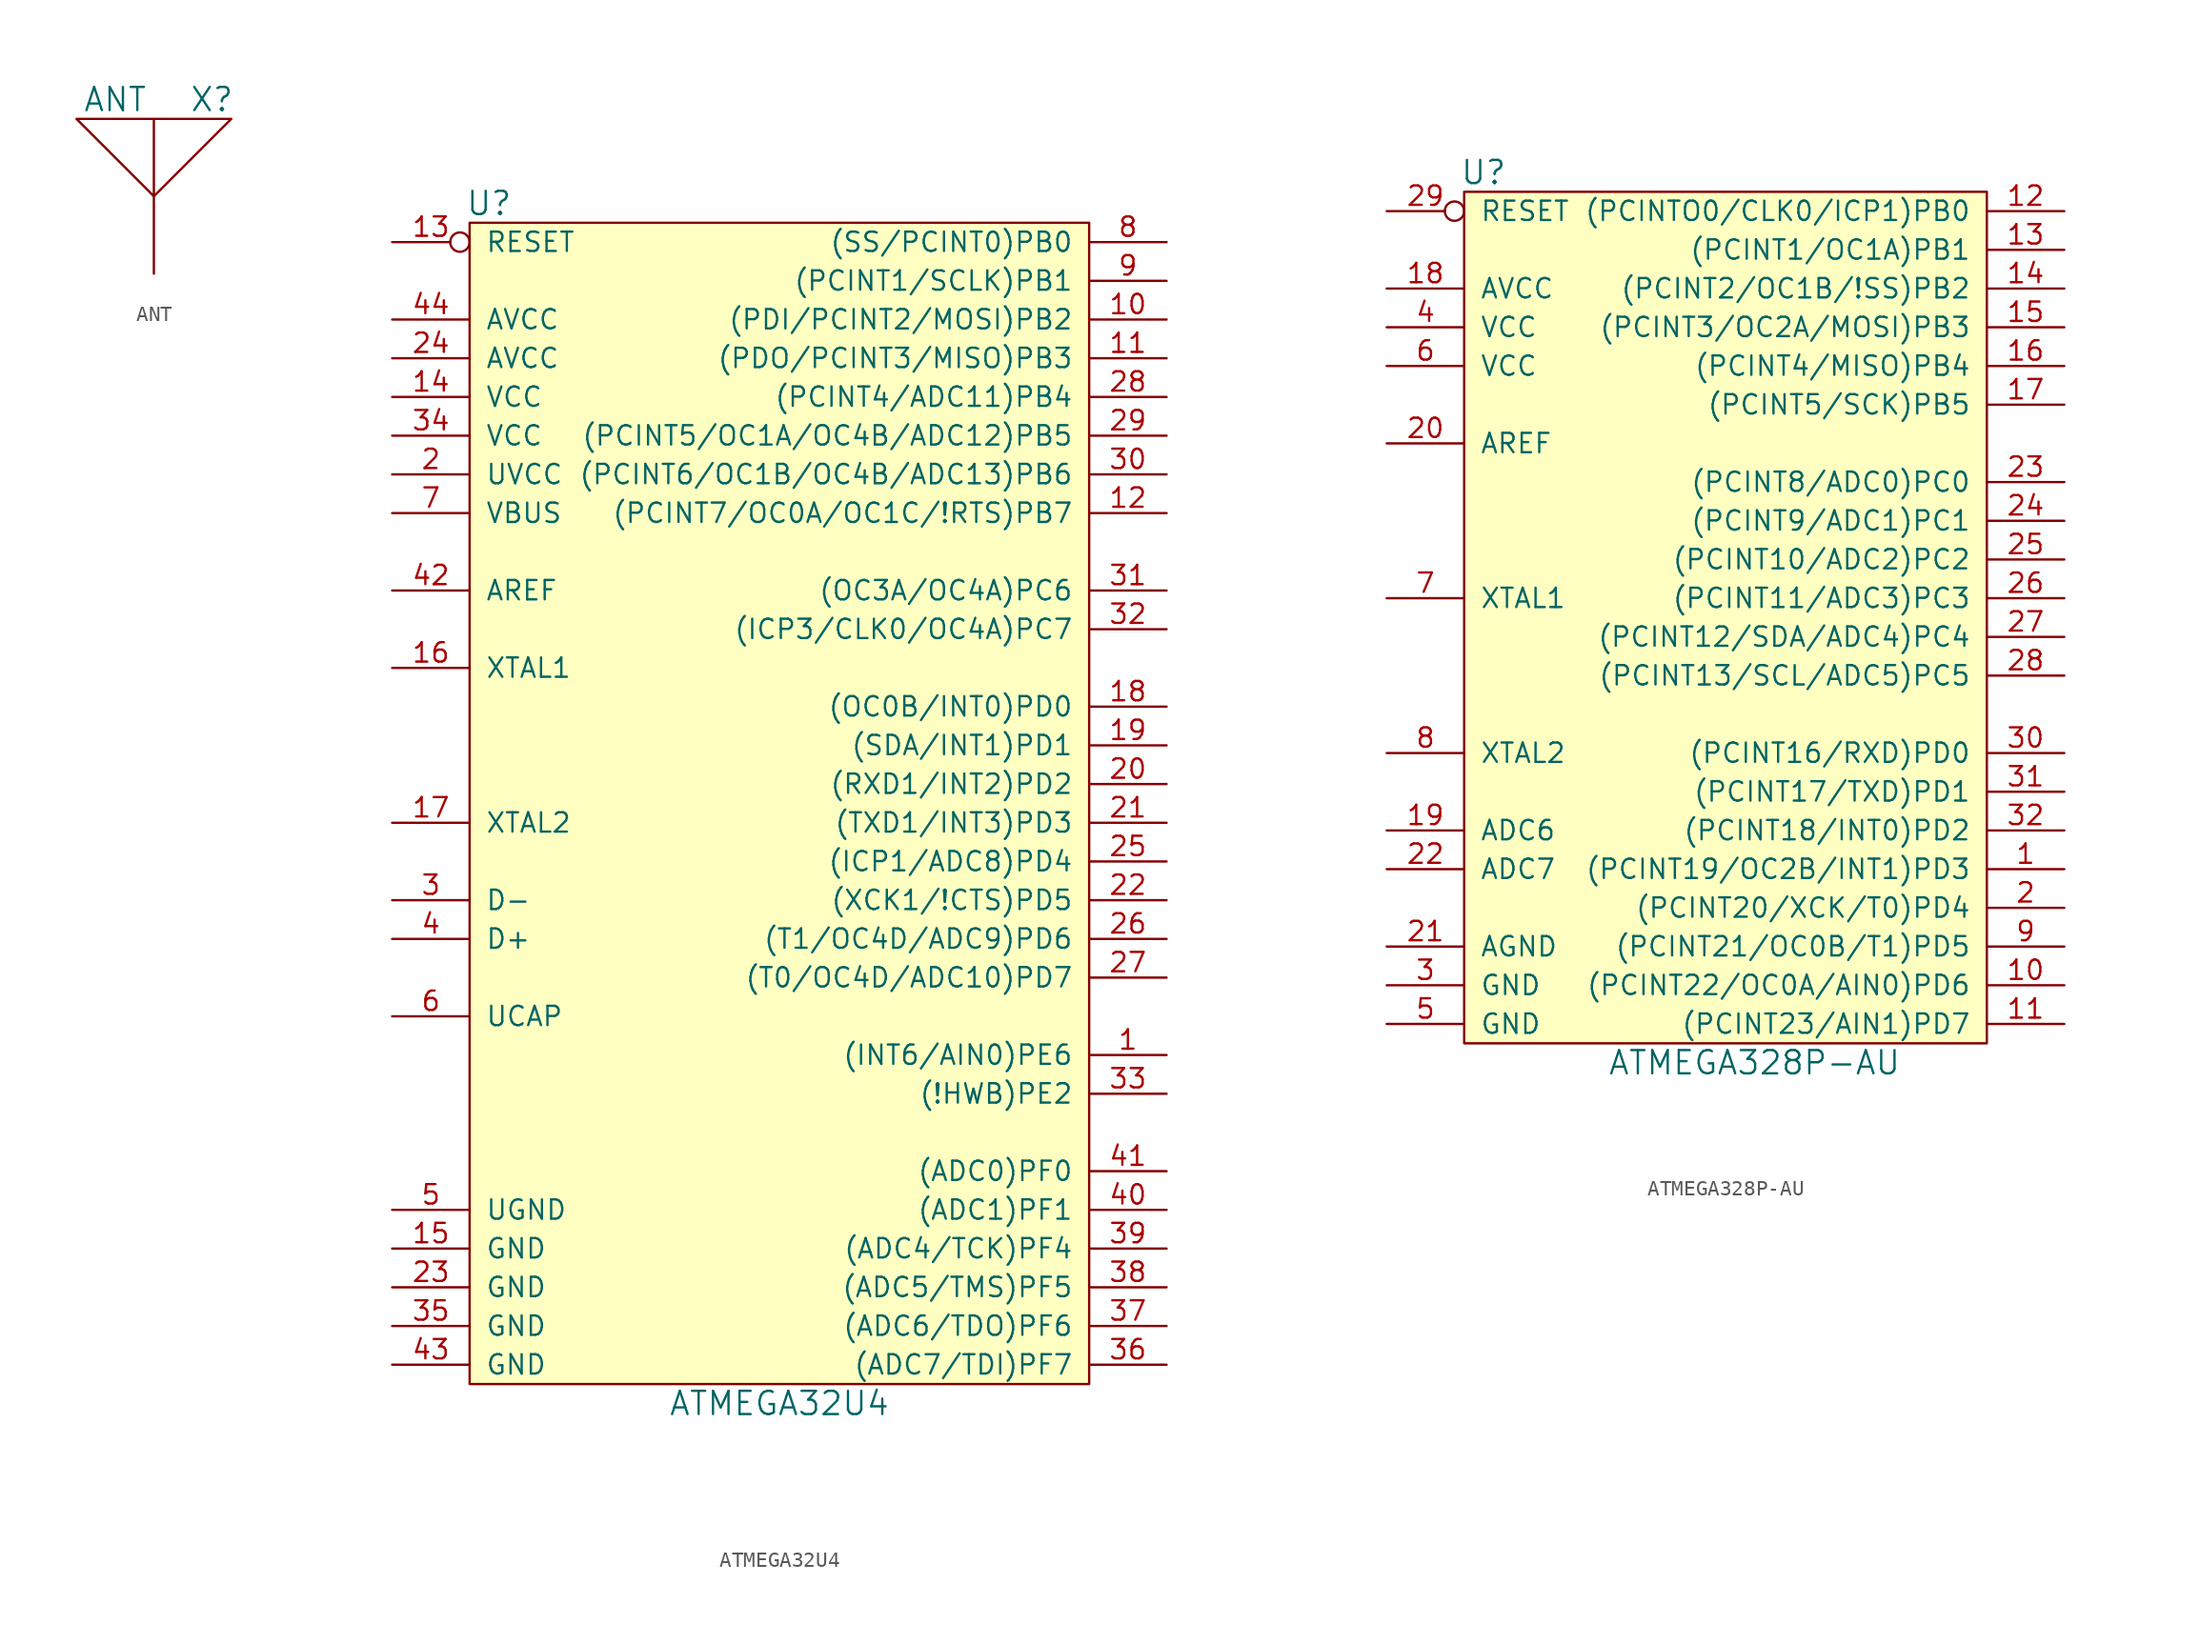
<source format=kicad_sym>
(kicad_symbol_lib
  (version 20211014)
  (generator kicad_symbol_editor)
  (symbol "ANT"
    (pin_numbers hide)
    (pin_names
      (offset 0) hide)
    (property "Reference" "X"
      (at 3.81 6.35 0)
      (effects (font (size 1.524 1.524))))
    (property "Value" "ANT"
      (at -2.54 6.35 0)
      (effects (font (size 1.524 1.524))))
    (property "Footprint" ""
      (at 0 0 0)
      (effects (font (size 1.524 1.524))))
    (property "Datasheet" ""
      (at 0 0 0)
      (effects (font (size 1.524 1.524))))
    (symbol "ANT_0_1"
      (polyline (pts (xy 0 0) (xy -5.08 5.08) (xy 5.08 5.08) (xy 0 0) (xy 0 5.08)) (stroke (width 0) (type default) (color 0 0 0 0)) (fill (type none))))
    (symbol "ANT_1_1"
      (pin input line (at 0 -5.08 90) (length 5.08) (name "1" (effects (font (size 1.27 1.27)))) (number "1" (effects (font (size 1.27 1.27)))))))
  (symbol "ATMEGA32U4"
    (pin_names
      (offset 1.016))
    (property "Reference" "U"
      (at -19.05 26.67 0)
      (effects (font (size 1.524 1.524))))
    (property "Value" "ATMEGA32U4"
      (at 0 -52.07 0)
      (effects (font (size 1.524 1.524))))
    (symbol "ATMEGA32U4_0_1"
      (rectangle (start -20.32 25.4) (end 20.32 -50.8) (stroke (width 0) (type default) (color 0 0 0 0)) (fill (type background))))
    (symbol "ATMEGA32U4_1_1"
      (pin bidirectional line (at 25.4 -29.21 180) (length 5.08) (name "(INT6/AIN0)PE6" (effects (font (size 1.27 1.27)))) (number "1" (effects (font (size 1.27 1.27)))))
      (pin bidirectional line (at 25.4 19.05 180) (length 5.08) (name "(PDI/PCINT2/MOSI)PB2" (effects (font (size 1.27 1.27)))) (number "10" (effects (font (size 1.27 1.27)))))
      (pin bidirectional line (at 25.4 16.51 180) (length 5.08) (name "(PDO/PCINT3/MISO)PB3" (effects (font (size 1.27 1.27)))) (number "11" (effects (font (size 1.27 1.27)))))
      (pin bidirectional line (at 25.4 6.35 180) (length 5.08) (name "(PCINT7/OC0A/OC1C/!RTS)PB7" (effects (font (size 1.27 1.27)))) (number "12" (effects (font (size 1.27 1.27)))))
      (pin input inverted (at -25.4 24.13 0) (length 5.08) (name "RESET" (effects (font (size 1.27 1.27)))) (number "13" (effects (font (size 1.27 1.27)))))
      (pin power_in line (at -25.4 13.97 0) (length 5.08) (name "VCC" (effects (font (size 1.27 1.27)))) (number "14" (effects (font (size 1.27 1.27)))))
      (pin power_in line (at -25.4 -41.91 0) (length 5.08) (name "GND" (effects (font (size 1.27 1.27)))) (number "15" (effects (font (size 1.27 1.27)))))
      (pin bidirectional line (at -25.4 -3.81 0) (length 5.08) (name "XTAL1" (effects (font (size 1.27 1.27)))) (number "16" (effects (font (size 1.27 1.27)))))
      (pin bidirectional line (at -25.4 -13.97 0) (length 5.08) (name "XTAL2" (effects (font (size 1.27 1.27)))) (number "17" (effects (font (size 1.27 1.27)))))
      (pin bidirectional line (at 25.4 -6.35 180) (length 5.08) (name "(OC0B/INT0)PD0" (effects (font (size 1.27 1.27)))) (number "18" (effects (font (size 1.27 1.27)))))
      (pin bidirectional line (at 25.4 -8.89 180) (length 5.08) (name "(SDA/INT1)PD1" (effects (font (size 1.27 1.27)))) (number "19" (effects (font (size 1.27 1.27)))))
      (pin power_in line (at -25.4 8.89 0) (length 5.08) (name "UVCC" (effects (font (size 1.27 1.27)))) (number "2" (effects (font (size 1.27 1.27)))))
      (pin bidirectional line (at 25.4 -11.43 180) (length 5.08) (name "(RXD1/INT2)PD2" (effects (font (size 1.27 1.27)))) (number "20" (effects (font (size 1.27 1.27)))))
      (pin bidirectional line (at 25.4 -13.97 180) (length 5.08) (name "(TXD1/INT3)PD3" (effects (font (size 1.27 1.27)))) (number "21" (effects (font (size 1.27 1.27)))))
      (pin bidirectional line (at 25.4 -19.05 180) (length 5.08) (name "(XCK1/!CTS)PD5" (effects (font (size 1.27 1.27)))) (number "22" (effects (font (size 1.27 1.27)))))
      (pin power_in line (at -25.4 -44.45 0) (length 5.08) (name "GND" (effects (font (size 1.27 1.27)))) (number "23" (effects (font (size 1.27 1.27)))))
      (pin power_in line (at -25.4 16.51 0) (length 5.08) (name "AVCC" (effects (font (size 1.27 1.27)))) (number "24" (effects (font (size 1.27 1.27)))))
      (pin bidirectional line (at 25.4 -16.51 180) (length 5.08) (name "(ICP1/ADC8)PD4" (effects (font (size 1.27 1.27)))) (number "25" (effects (font (size 1.27 1.27)))))
      (pin bidirectional line (at 25.4 -21.59 180) (length 5.08) (name "(T1/OC4D/ADC9)PD6" (effects (font (size 1.27 1.27)))) (number "26" (effects (font (size 1.27 1.27)))))
      (pin bidirectional line (at 25.4 -24.13 180) (length 5.08) (name "(T0/OC4D/ADC10)PD7" (effects (font (size 1.27 1.27)))) (number "27" (effects (font (size 1.27 1.27)))))
      (pin bidirectional line (at 25.4 13.97 180) (length 5.08) (name "(PCINT4/ADC11)PB4" (effects (font (size 1.27 1.27)))) (number "28" (effects (font (size 1.27 1.27)))))
      (pin bidirectional line (at 25.4 11.43 180) (length 5.08) (name "(PCINT5/OC1A/OC4B/ADC12)PB5" (effects (font (size 1.27 1.27)))) (number "29" (effects (font (size 1.27 1.27)))))
      (pin bidirectional line (at -25.4 -19.05 0) (length 5.08) (name "D-" (effects (font (size 1.27 1.27)))) (number "3" (effects (font (size 1.27 1.27)))))
      (pin bidirectional line (at 25.4 8.89 180) (length 5.08) (name "(PCINT6/OC1B/OC4B/ADC13)PB6" (effects (font (size 1.27 1.27)))) (number "30" (effects (font (size 1.27 1.27)))))
      (pin bidirectional line (at 25.4 1.27 180) (length 5.08) (name "(OC3A/OC4A)PC6" (effects (font (size 1.27 1.27)))) (number "31" (effects (font (size 1.27 1.27)))))
      (pin bidirectional line (at 25.4 -1.27 180) (length 5.08) (name "(ICP3/CLK0/OC4A)PC7" (effects (font (size 1.27 1.27)))) (number "32" (effects (font (size 1.27 1.27)))))
      (pin bidirectional line (at 25.4 -31.75 180) (length 5.08) (name "(!HWB)PE2" (effects (font (size 1.27 1.27)))) (number "33" (effects (font (size 1.27 1.27)))))
      (pin power_in line (at -25.4 11.43 0) (length 5.08) (name "VCC" (effects (font (size 1.27 1.27)))) (number "34" (effects (font (size 1.27 1.27)))))
      (pin power_in line (at -25.4 -46.99 0) (length 5.08) (name "GND" (effects (font (size 1.27 1.27)))) (number "35" (effects (font (size 1.27 1.27)))))
      (pin bidirectional line (at 25.4 -49.53 180) (length 5.08) (name "(ADC7/TDI)PF7" (effects (font (size 1.27 1.27)))) (number "36" (effects (font (size 1.27 1.27)))))
      (pin bidirectional line (at 25.4 -46.99 180) (length 5.08) (name "(ADC6/TDO)PF6" (effects (font (size 1.27 1.27)))) (number "37" (effects (font (size 1.27 1.27)))))
      (pin bidirectional line (at 25.4 -44.45 180) (length 5.08) (name "(ADC5/TMS)PF5" (effects (font (size 1.27 1.27)))) (number "38" (effects (font (size 1.27 1.27)))))
      (pin bidirectional line (at 25.4 -41.91 180) (length 5.08) (name "(ADC4/TCK)PF4" (effects (font (size 1.27 1.27)))) (number "39" (effects (font (size 1.27 1.27)))))
      (pin bidirectional line (at -25.4 -21.59 0) (length 5.08) (name "D+" (effects (font (size 1.27 1.27)))) (number "4" (effects (font (size 1.27 1.27)))))
      (pin bidirectional line (at 25.4 -39.37 180) (length 5.08) (name "(ADC1)PF1" (effects (font (size 1.27 1.27)))) (number "40" (effects (font (size 1.27 1.27)))))
      (pin bidirectional line (at 25.4 -36.83 180) (length 5.08) (name "(ADC0)PF0" (effects (font (size 1.27 1.27)))) (number "41" (effects (font (size 1.27 1.27)))))
      (pin input line (at -25.4 1.27 0) (length 5.08) (name "AREF" (effects (font (size 1.27 1.27)))) (number "42" (effects (font (size 1.27 1.27)))))
      (pin power_in line (at -25.4 -49.53 0) (length 5.08) (name "GND" (effects (font (size 1.27 1.27)))) (number "43" (effects (font (size 1.27 1.27)))))
      (pin power_in line (at -25.4 19.05 0) (length 5.08) (name "AVCC" (effects (font (size 1.27 1.27)))) (number "44" (effects (font (size 1.27 1.27)))))
      (pin power_in line (at -25.4 -39.37 0) (length 5.08) (name "UGND" (effects (font (size 1.27 1.27)))) (number "5" (effects (font (size 1.27 1.27)))))
      (pin bidirectional line (at -25.4 -26.67 0) (length 5.08) (name "UCAP" (effects (font (size 1.27 1.27)))) (number "6" (effects (font (size 1.27 1.27)))))
      (pin power_in line (at -25.4 6.35 0) (length 5.08) (name "VBUS" (effects (font (size 1.27 1.27)))) (number "7" (effects (font (size 1.27 1.27)))))
      (pin bidirectional line (at 25.4 24.13 180) (length 5.08) (name "(SS/PCINT0)PB0" (effects (font (size 1.27 1.27)))) (number "8" (effects (font (size 1.27 1.27)))))
      (pin bidirectional line (at 25.4 21.59 180) (length 5.08) (name "(PCINT1/SCLK)PB1" (effects (font (size 1.27 1.27)))) (number "9" (effects (font (size 1.27 1.27)))))))
  (symbol "ATMEGA328P-AU"
    (pin_names
      (offset 1.016))
    (property "Reference" "U"
      (at -16.51 26.67 0)
      (effects (font (size 1.524 1.524))))
    (property "Value" "ATMEGA328P-AU"
      (at 1.27 -31.75 0)
      (effects (font (size 1.524 1.524))))
    (symbol "ATMEGA328P-AU_0_1"
      (rectangle (start -17.78 25.4) (end 16.51 -30.48) (stroke (width 0) (type default) (color 0 0 0 0)) (fill (type background))))
    (symbol "ATMEGA328P-AU_1_1"
      (pin bidirectional line (at 21.59 -19.05 180) (length 5.08) (name "(PCINT19/OC2B/INT1)PD3" (effects (font (size 1.27 1.27)))) (number "1" (effects (font (size 1.27 1.27)))))
      (pin bidirectional line (at 21.59 -26.67 180) (length 5.08) (name "(PCINT22/OC0A/AIN0)PD6" (effects (font (size 1.27 1.27)))) (number "10" (effects (font (size 1.27 1.27)))))
      (pin bidirectional line (at 21.59 -29.21 180) (length 5.08) (name "(PCINT23/AIN1)PD7" (effects (font (size 1.27 1.27)))) (number "11" (effects (font (size 1.27 1.27)))))
      (pin bidirectional line (at 21.59 24.13 180) (length 5.08) (name "(PCINTO0/CLK0/ICP1)PB0" (effects (font (size 1.27 1.27)))) (number "12" (effects (font (size 1.27 1.27)))))
      (pin bidirectional line (at 21.59 21.59 180) (length 5.08) (name "(PCINT1/OC1A)PB1" (effects (font (size 1.27 1.27)))) (number "13" (effects (font (size 1.27 1.27)))))
      (pin bidirectional line (at 21.59 19.05 180) (length 5.08) (name "(PCINT2/OC1B/!SS)PB2" (effects (font (size 1.27 1.27)))) (number "14" (effects (font (size 1.27 1.27)))))
      (pin bidirectional line (at 21.59 16.51 180) (length 5.08) (name "(PCINT3/OC2A/MOSI)PB3" (effects (font (size 1.27 1.27)))) (number "15" (effects (font (size 1.27 1.27)))))
      (pin bidirectional line (at 21.59 13.97 180) (length 5.08) (name "(PCINT4/MISO)PB4" (effects (font (size 1.27 1.27)))) (number "16" (effects (font (size 1.27 1.27)))))
      (pin bidirectional line (at 21.59 11.43 180) (length 5.08) (name "(PCINT5/SCK)PB5" (effects (font (size 1.27 1.27)))) (number "17" (effects (font (size 1.27 1.27)))))
      (pin power_in line (at -22.86 19.05 0) (length 5.08) (name "AVCC" (effects (font (size 1.27 1.27)))) (number "18" (effects (font (size 1.27 1.27)))))
      (pin input line (at -22.86 -16.51 0) (length 5.08) (name "ADC6" (effects (font (size 1.27 1.27)))) (number "19" (effects (font (size 1.27 1.27)))))
      (pin bidirectional line (at 21.59 -21.59 180) (length 5.08) (name "(PCINT20/XCK/T0)PD4" (effects (font (size 1.27 1.27)))) (number "2" (effects (font (size 1.27 1.27)))))
      (pin input line (at -22.86 8.89 0) (length 5.08) (name "AREF" (effects (font (size 1.27 1.27)))) (number "20" (effects (font (size 1.27 1.27)))))
      (pin power_in line (at -22.86 -24.13 0) (length 5.08) (name "AGND" (effects (font (size 1.27 1.27)))) (number "21" (effects (font (size 1.27 1.27)))))
      (pin input line (at -22.86 -19.05 0) (length 5.08) (name "ADC7" (effects (font (size 1.27 1.27)))) (number "22" (effects (font (size 1.27 1.27)))))
      (pin bidirectional line (at 21.59 6.35 180) (length 5.08) (name "(PCINT8/ADC0)PC0" (effects (font (size 1.27 1.27)))) (number "23" (effects (font (size 1.27 1.27)))))
      (pin bidirectional line (at 21.59 3.81 180) (length 5.08) (name "(PCINT9/ADC1)PC1" (effects (font (size 1.27 1.27)))) (number "24" (effects (font (size 1.27 1.27)))))
      (pin bidirectional line (at 21.59 1.27 180) (length 5.08) (name "(PCINT10/ADC2)PC2" (effects (font (size 1.27 1.27)))) (number "25" (effects (font (size 1.27 1.27)))))
      (pin bidirectional line (at 21.59 -1.27 180) (length 5.08) (name "(PCINT11/ADC3)PC3" (effects (font (size 1.27 1.27)))) (number "26" (effects (font (size 1.27 1.27)))))
      (pin bidirectional line (at 21.59 -3.81 180) (length 5.08) (name "(PCINT12/SDA/ADC4)PC4" (effects (font (size 1.27 1.27)))) (number "27" (effects (font (size 1.27 1.27)))))
      (pin bidirectional line (at 21.59 -6.35 180) (length 5.08) (name "(PCINT13/SCL/ADC5)PC5" (effects (font (size 1.27 1.27)))) (number "28" (effects (font (size 1.27 1.27)))))
      (pin input inverted (at -22.86 24.13 0) (length 5.08) (name "RESET" (effects (font (size 1.27 1.27)))) (number "29" (effects (font (size 1.27 1.27)))))
      (pin power_in line (at -22.86 -26.67 0) (length 5.08) (name "GND" (effects (font (size 1.27 1.27)))) (number "3" (effects (font (size 1.27 1.27)))))
      (pin bidirectional line (at 21.59 -11.43 180) (length 5.08) (name "(PCINT16/RXD)PD0" (effects (font (size 1.27 1.27)))) (number "30" (effects (font (size 1.27 1.27)))))
      (pin bidirectional line (at 21.59 -13.97 180) (length 5.08) (name "(PCINT17/TXD)PD1" (effects (font (size 1.27 1.27)))) (number "31" (effects (font (size 1.27 1.27)))))
      (pin bidirectional line (at 21.59 -16.51 180) (length 5.08) (name "(PCINT18/INT0)PD2" (effects (font (size 1.27 1.27)))) (number "32" (effects (font (size 1.27 1.27)))))
      (pin power_in line (at -22.86 16.51 0) (length 5.08) (name "VCC" (effects (font (size 1.27 1.27)))) (number "4" (effects (font (size 1.27 1.27)))))
      (pin power_in line (at -22.86 -29.21 0) (length 5.08) (name "GND" (effects (font (size 1.27 1.27)))) (number "5" (effects (font (size 1.27 1.27)))))
      (pin power_in line (at -22.86 13.97 0) (length 5.08) (name "VCC" (effects (font (size 1.27 1.27)))) (number "6" (effects (font (size 1.27 1.27)))))
      (pin bidirectional line (at -22.86 -1.27 0) (length 5.08) (name "XTAL1" (effects (font (size 1.27 1.27)))) (number "7" (effects (font (size 1.27 1.27)))))
      (pin bidirectional line (at -22.86 -11.43 0) (length 5.08) (name "XTAL2" (effects (font (size 1.27 1.27)))) (number "8" (effects (font (size 1.27 1.27)))))
      (pin bidirectional line (at 21.59 -24.13 180) (length 5.08) (name "(PCINT21/OC0B/T1)PD5" (effects (font (size 1.27 1.27)))) (number "9" (effects (font (size 1.27 1.27))))))))
</source>
